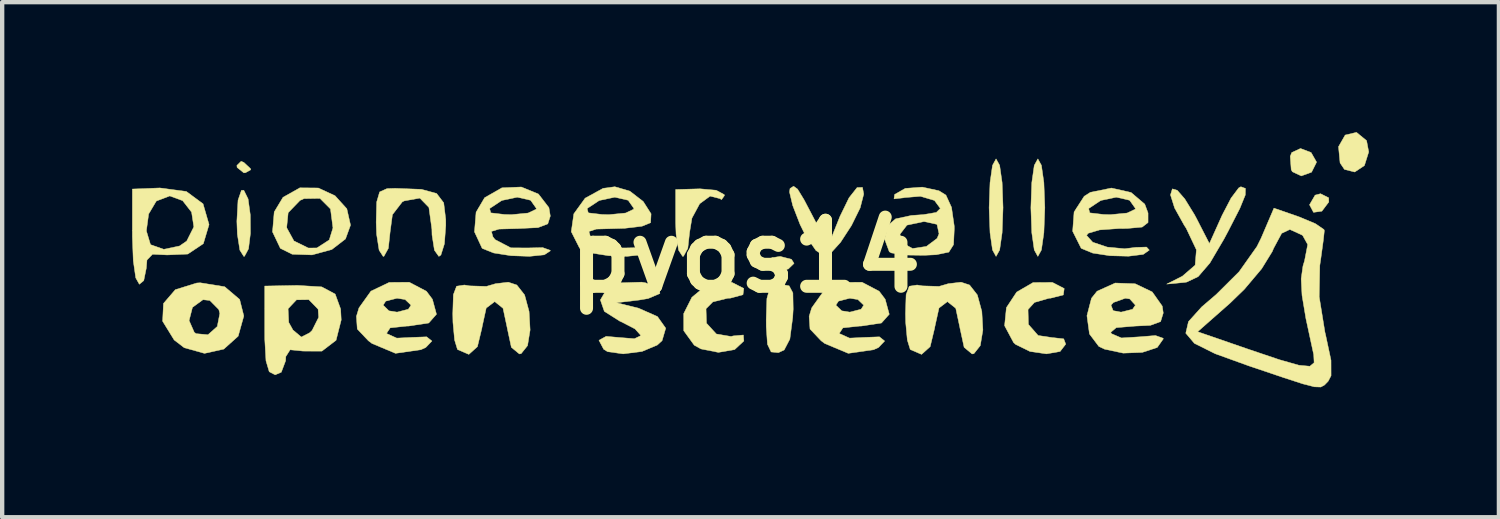
<source format=kicad_pcb>
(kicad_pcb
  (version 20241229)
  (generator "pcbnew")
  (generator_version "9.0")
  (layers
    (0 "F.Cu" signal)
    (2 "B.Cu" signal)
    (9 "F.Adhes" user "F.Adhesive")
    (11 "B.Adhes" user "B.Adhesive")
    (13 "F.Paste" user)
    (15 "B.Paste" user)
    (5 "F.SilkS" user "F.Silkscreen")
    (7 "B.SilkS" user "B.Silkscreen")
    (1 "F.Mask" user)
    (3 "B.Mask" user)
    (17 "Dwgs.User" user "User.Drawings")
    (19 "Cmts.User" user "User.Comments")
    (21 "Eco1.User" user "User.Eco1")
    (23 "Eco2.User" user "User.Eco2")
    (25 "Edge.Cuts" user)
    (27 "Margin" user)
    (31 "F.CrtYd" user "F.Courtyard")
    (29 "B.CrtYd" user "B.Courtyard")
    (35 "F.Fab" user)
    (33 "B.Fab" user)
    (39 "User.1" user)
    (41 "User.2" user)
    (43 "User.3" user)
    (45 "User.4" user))
  (footprint "pvos14"
    (layer "F.Cu")
    (at 14.152 2.868)
    (property "Reference" "pvos14" (at 0 0 0) (layer "F.SilkS") (effects (font (size 1.524 1.524) (thickness 0.3))))
    (attr through_hole)
    (fp_poly (pts (xy 13.464 -1.353) (xy 13.467 -1.256) (xy 13.307 -1.044) (xy 13.114 -1.017) (xy 13.022 -1.192) (xy 13.151 -1.414) (xy 13.276 -1.447) (xy 13.464 -1.353)) (stroke (width 0.01) (type solid)) (fill yes) (layer "F.SilkS"))
    (fp_poly (pts (xy -11.575 -2.17) (xy -11.421 -2.026) (xy -11.414 -2) (xy -11.538 -1.931) (xy -11.575 -1.929) (xy -11.729 -2.053) (xy -11.735 -2.099) (xy -11.637 -2.195) (xy -11.575 -2.17)) (stroke (width 0.01) (type solid)) (fill yes) (layer "F.SilkS"))
    (fp_poly (pts (xy 1.065 0.067) (xy 1.125 0.161) (xy 0.991 0.291) (xy 0.804 0.322) (xy 0.543 0.254) (xy 0.482 0.161) (xy 0.617 0.03) (xy 0.804 0) (xy 1.065 0.067)) (stroke (width 0.01) (type solid)) (fill yes) (layer "F.SilkS"))
    (fp_poly (pts (xy 14.339 -2.672) (xy 14.388 -2.411) (xy 14.289 -2.097) (xy 14.065 -1.948) (xy 13.828 -2.008) (xy 13.727 -2.158) (xy 13.691 -2.532) (xy 13.845 -2.801) (xy 14.106 -2.863) (xy 14.339 -2.672)) (stroke (width 0.01) (type solid)) (fill yes) (layer "F.SilkS"))
    (fp_poly (pts (xy 13.058 -2.398) (xy 13.182 -2.181) (xy 13.182 -2.17) (xy 13.069 -1.944) (xy 12.832 -1.858) (xy 12.625 -1.955) (xy 12.599 -2.005) (xy 12.577 -2.308) (xy 12.611 -2.397) (xy 12.814 -2.491) (xy 13.058 -2.398)) (stroke (width 0.01) (type solid)) (fill yes) (layer "F.SilkS"))
    (fp_poly (pts (xy -11.476 -1.327) (xy -11.425 -0.956) (xy -11.422 -0.533) (xy -11.466 -0.176) (xy -11.559 -0.003) (xy -11.575 0) (xy -11.666 -0.145) (xy -11.724 -0.515) (xy -11.735 -0.813) (xy -11.708 -1.298) (xy -11.63 -1.524) (xy -11.575 -1.527) (xy -11.476 -1.327)) (stroke (width 0.01) (type solid)) (fill yes) (layer "F.SilkS"))
    (fp_poly (pts (xy 1.011 0.679) (xy 1.098 0.843) (xy 1.105 1.216) (xy 1.094 1.405) (xy 1.028 1.908) (xy 0.897 2.159) (xy 0.764 2.221) (xy 0.596 2.205) (xy 0.511 2.028) (xy 0.483 1.62) (xy 0.482 1.459) (xy 0.498 0.973) (xy 0.567 0.729) (xy 0.722 0.648) (xy 0.813 0.643) (xy 1.011 0.679)) (stroke (width 0.01) (type solid)) (fill yes) (layer "F.SilkS"))
    (fp_poly (pts (xy 5.87 -2.102) (xy 5.927 -1.703) (xy 5.948 -1.126) (xy 5.948 -1.125) (xy 5.927 -0.548) (xy 5.87 -0.149) (xy 5.787 0) (xy 5.787 0) (xy 5.705 -0.149) (xy 5.648 -0.547) (xy 5.627 -1.124) (xy 5.627 -1.125) (xy 5.648 -1.703) (xy 5.705 -2.101) (xy 5.787 -2.251) (xy 5.787 -2.251) (xy 5.87 -2.102)) (stroke (width 0.01) (type solid)) (fill yes) (layer "F.SilkS"))
    (fp_poly (pts (xy 6.834 -2.102) (xy 6.891 -1.703) (xy 6.913 -1.126) (xy 6.913 -1.125) (xy 6.891 -0.548) (xy 6.834 -0.149) (xy 6.752 0) (xy 6.752 0) (xy 6.669 -0.149) (xy 6.612 -0.547) (xy 6.591 -1.124) (xy 6.591 -1.125) (xy 6.612 -1.703) (xy 6.669 -2.101) (xy 6.752 -2.251) (xy 6.752 -2.251) (xy 6.834 -2.102)) (stroke (width 0.01) (type solid)) (fill yes) (layer "F.SilkS"))
    (fp_poly (pts (xy -0.673 -1.527) (xy -0.487 -1.427) (xy -0.482 -1.404) (xy -0.549 -1.31) (xy -0.584 -1.334) (xy -0.813 -1.392) (xy -1.053 -1.216) (xy -1.232 -0.884) (xy -1.286 -0.557) (xy -1.327 -0.187) (xy -1.427 -0.004) (xy -1.447 0) (xy -1.54 -0.144) (xy -1.598 -0.512) (xy -1.608 -0.772) (xy -1.608 -1.544) (xy -1.045 -1.56) (xy -0.673 -1.527)) (stroke (width 0.01) (type solid)) (fill yes) (layer "F.SilkS"))
    (fp_poly (pts (xy 1.206 -1.553) (xy 1.355 -1.309) (xy 1.578 -0.884) (xy 1.911 -0.241) (xy 2.185 -0.924) (xy 2.394 -1.353) (xy 2.58 -1.589) (xy 2.704 -1.593) (xy 2.733 -1.44) (xy 2.651 -1.121) (xy 2.45 -0.713) (xy 2.196 -0.323) (xy 1.954 -0.057) (xy 1.836 0) (xy 1.63 -0.137) (xy 1.385 -0.492) (xy 1.264 -0.737) (xy 1.094 -1.176) (xy 1.02 -1.486) (xy 1.032 -1.567) (xy 1.114 -1.62) (xy 1.206 -1.553)) (stroke (width 0.01) (type solid)) (fill yes) (layer "F.SilkS"))
    (fp_poly (pts (xy -0.308 0.6) (xy -0.035 0.739) (xy -0.054 0.884) (xy -0.344 0.963) (xy -0.407 0.965) (xy -0.75 1.05) (xy -0.907 1.208) (xy -0.896 1.542) (xy -0.668 1.791) (xy -0.329 1.848) (xy -0.28 1.835) (xy -0.045 1.814) (xy -0.034 1.952) (xy -0.246 2.15) (xy -0.621 2.215) (xy -1.024 2.135) (xy -1.179 2.049) (xy -1.421 1.715) (xy -1.422 1.32) (xy -1.233 0.944) (xy -0.901 0.669) (xy -0.475 0.574) (xy -0.308 0.6)) (stroke (width 0.01) (type solid)) (fill yes) (layer "F.SilkS"))
    (fp_poly (pts (xy 7.36 0.741) (xy 7.34 0.889) (xy 7.044 0.964) (xy 7.01 0.965) (xy 6.674 1.062) (xy 6.525 1.226) (xy 6.534 1.57) (xy 6.758 1.825) (xy 7.096 1.876) (xy 7.102 1.875) (xy 7.349 1.903) (xy 7.395 2.025) (xy 7.265 2.194) (xy 6.951 2.249) (xy 6.571 2.194) (xy 6.24 2.032) (xy 6.192 1.989) (xy 5.984 1.599) (xy 6.026 1.182) (xy 6.263 0.823) (xy 6.642 0.603) (xy 7.087 0.6) (xy 7.36 0.741)) (stroke (width 0.01) (type solid)) (fill yes) (layer "F.SilkS"))
    (fp_poly (pts (xy -12.016 0.7) (xy -11.671 0.993) (xy -11.575 1.375) (xy -11.705 1.841) (xy -12.037 2.139) (xy -12.482 2.238) (xy -12.95 2.107) (xy -13.182 1.929) (xy -13.448 1.497) (xy -13.448 1.48) (xy -12.838 1.48) (xy -12.719 1.751) (xy -12.676 1.783) (xy -12.402 1.808) (xy -12.187 1.617) (xy -12.128 1.315) (xy -12.152 1.226) (xy -12.36 1.016) (xy -12.517 0.999) (xy -12.76 1.176) (xy -12.838 1.48) (xy -13.448 1.48) (xy -13.429 1.086) (xy -13.156 0.768) (xy -12.662 0.614) (xy -12.58 0.609) (xy -12.016 0.7)) (stroke (width 0.01) (type solid)) (fill yes) (layer "F.SilkS"))
    (fp_poly (pts (xy -9.856 -1.579) (xy -9.47 -1.401) (xy -9.197 -1.099) (xy -9.112 -0.722) (xy -9.228 -0.403) (xy -9.543 -0.16) (xy -10.001 -0.035) (xy -10.457 -0.05) (xy -10.731 -0.186) (xy -10.913 -0.568) (xy -10.904 -0.663) (xy -10.586 -0.663) (xy -10.418 -0.357) (xy -10.086 -0.194) (xy -9.889 -0.195) (xy -9.603 -0.38) (xy -9.517 -0.657) (xy -9.574 -1.095) (xy -9.818 -1.34) (xy -10.184 -1.334) (xy -10.278 -1.292) (xy -10.551 -1.009) (xy -10.586 -0.663) (xy -10.904 -0.663) (xy -10.873 -1.026) (xy -10.67 -1.364) (xy -10.281 -1.583) (xy -9.856 -1.579)) (stroke (width 0.01) (type solid)) (fill yes) (layer "F.SilkS"))
    (fp_poly (pts (xy -7.475 -1.548) (xy -7.125 -1.453) (xy -6.961 -1.237) (xy -6.914 -0.851) (xy -6.913 -0.72) (xy -6.945 -0.29) (xy -7.026 -0.032) (xy -7.073 0) (xy -7.175 -0.142) (xy -7.231 -0.497) (xy -7.234 -0.63) (xy -7.303 -1.131) (xy -7.512 -1.346) (xy -7.87 -1.282) (xy -7.917 -1.259) (xy -8.145 -0.963) (xy -8.199 -0.557) (xy -8.239 -0.187) (xy -8.34 -0.004) (xy -8.359 0) (xy -8.452 -0.144) (xy -8.51 -0.513) (xy -8.52 -0.787) (xy -8.508 -1.256) (xy -8.44 -1.488) (xy -8.269 -1.565) (xy -8.078 -1.571) (xy -7.475 -1.548)) (stroke (width 0.01) (type solid)) (fill yes) (layer "F.SilkS"))
    (fp_poly (pts (xy 11.543 -1.569) (xy 11.54 -1.419) (xy 11.413 -1.107) (xy 11.144 -0.582) (xy 11.048 -0.402) (xy 10.721 0.154) (xy 10.452 0.466) (xy 10.188 0.592) (xy 10.128 0.601) (xy 9.726 0.639) (xy 10.088 0.456) (xy 10.382 0.202) (xy 10.411 -0.153) (xy 10.176 -0.649) (xy 10.128 -0.723) (xy 9.908 -1.118) (xy 9.813 -1.42) (xy 9.856 -1.559) (xy 9.969 -1.526) (xy 10.142 -1.328) (xy 10.368 -0.961) (xy 10.421 -0.861) (xy 10.711 -0.296) (xy 11.006 -0.952) (xy 11.212 -1.347) (xy 11.387 -1.58) (xy 11.438 -1.608) (xy 11.543 -1.569)) (stroke (width 0.01) (type solid)) (fill yes) (layer "F.SilkS"))
    (fp_poly (pts (xy -2.305 0.609) (xy -1.988 0.722) (xy -1.971 0.856) (xy -2.243 0.972) (xy -2.452 1.007) (xy -2.974 1.069) (xy -2.462 1.196) (xy -2.028 1.388) (xy -1.837 1.657) (xy -1.921 1.944) (xy -2.031 2.045) (xy -2.385 2.194) (xy -2.819 2.249) (xy -3.178 2.199) (xy -3.269 2.143) (xy -3.378 1.936) (xy -3.212 1.845) (xy -2.894 1.873) (xy -2.559 1.899) (xy -2.412 1.829) (xy -2.411 1.824) (xy -2.546 1.673) (xy -2.871 1.505) (xy -2.894 1.496) (xy -3.254 1.268) (xy -3.345 1.005) (xy -3.206 0.766) (xy -2.876 0.609) (xy -2.394 0.594) (xy -2.305 0.609)) (stroke (width 0.01) (type solid)) (fill yes) (layer "F.SilkS"))
    (fp_poly (pts (xy -5.274 0.66) (xy -5.094 0.889) (xy -4.991 1.271) (xy -4.967 1.698) (xy -5.026 2.059) (xy -5.174 2.244) (xy -5.215 2.251) (xy -5.4 2.098) (xy -5.496 1.651) (xy -5.496 1.648) (xy -5.592 1.197) (xy -5.782 1.045) (xy -5.787 1.045) (xy -5.98 1.191) (xy -6.077 1.635) (xy -6.078 1.648) (xy -6.183 2.083) (xy -6.381 2.261) (xy -6.638 2.151) (xy -6.645 2.143) (xy -6.71 1.93) (xy -6.748 1.519) (xy -6.752 1.321) (xy -6.738 0.882) (xy -6.664 0.688) (xy -6.484 0.66) (xy -6.36 0.68) (xy -5.977 0.692) (xy -5.766 0.63) (xy -5.471 0.595) (xy -5.274 0.66)) (stroke (width 0.01) (type solid)) (fill yes) (layer "F.SilkS"))
    (fp_poly (pts (xy 5.176 0.66) (xy 5.355 0.889) (xy 5.459 1.271) (xy 5.483 1.698) (xy 5.423 2.059) (xy 5.276 2.244) (xy 5.234 2.251) (xy 5.05 2.098) (xy 4.953 1.651) (xy 4.953 1.648) (xy 4.857 1.197) (xy 4.667 1.045) (xy 4.662 1.045) (xy 4.47 1.191) (xy 4.372 1.635) (xy 4.371 1.648) (xy 4.266 2.083) (xy 4.068 2.261) (xy 3.812 2.151) (xy 3.805 2.143) (xy 3.739 1.93) (xy 3.701 1.519) (xy 3.697 1.321) (xy 3.711 0.882) (xy 3.785 0.688) (xy 3.965 0.66) (xy 4.089 0.68) (xy 4.472 0.692) (xy 4.683 0.63) (xy 4.979 0.595) (xy 5.176 0.66)) (stroke (width 0.01) (type solid)) (fill yes) (layer "F.SilkS"))
    (fp_poly (pts (xy -9.777 0.703) (xy -9.466 0.869) (xy -9.34 1.215) (xy -9.327 1.467) (xy -9.446 1.936) (xy -9.773 2.186) (xy -10.206 2.185) (xy -10.506 2.155) (xy -10.606 2.312) (xy -10.61 2.408) (xy -10.71 2.673) (xy -10.851 2.733) (xy -10.988 2.662) (xy -11.063 2.41) (xy -11.091 1.915) (xy -11.092 1.708) (xy -11.092 1.208) (xy -10.553 1.208) (xy -10.538 1.523) (xy -10.441 1.698) (xy -10.248 1.861) (xy -10.054 1.762) (xy -9.999 1.709) (xy -9.847 1.406) (xy -9.86 1.218) (xy -10.074 0.998) (xy -10.359 1.002) (xy -10.553 1.208) (xy -11.092 1.208) (xy -11.092 0.684) (xy -10.335 0.669) (xy -9.777 0.703)) (stroke (width 0.01) (type solid)) (fill yes) (layer "F.SilkS"))
    (fp_poly (pts (xy -12.902 -1.499) (xy -12.516 -1.214) (xy -12.379 -0.741) (xy -12.378 -0.732) (xy -12.509 -0.294) (xy -12.869 -0.054) (xy -13.342 -0.034) (xy -13.682 -0.05) (xy -13.81 0.083) (xy -13.825 0.269) (xy -13.884 0.558) (xy -13.986 0.643) (xy -14.069 0.495) (xy -14.126 0.098) (xy -14.147 -0.456) (xy -14.147 -0.59) (xy -13.824 -0.59) (xy -13.732 -0.283) (xy -13.718 -0.268) (xy -13.422 -0.164) (xy -13.057 -0.241) (xy -12.893 -0.354) (xy -12.728 -0.682) (xy -12.78 -1.021) (xy -12.987 -1.287) (xy -13.284 -1.396) (xy -13.594 -1.278) (xy -13.771 -0.98) (xy -13.824 -0.59) (xy -14.147 -0.59) (xy -14.147 -1.555) (xy -13.514 -1.58) (xy -12.902 -1.499)) (stroke (width 0.01) (type solid)) (fill yes) (layer "F.SilkS"))
    (fp_poly (pts (xy -7.36 0.804) (xy -7.222 0.988) (xy -7.128 1.335) (xy -7.307 1.537) (xy -7.773 1.607) (xy -7.816 1.608) (xy -8.197 1.649) (xy -8.277 1.77) (xy -8.269 1.785) (xy -8.044 1.886) (xy -7.697 1.869) (xy -7.355 1.856) (xy -7.233 1.953) (xy -7.376 2.102) (xy -7.488 2.153) (xy -8.074 2.237) (xy -8.617 2.009) (xy -8.7 1.946) (xy -8.956 1.676) (xy -8.976 1.384) (xy -8.917 1.189) (xy -8.872 1.125) (xy -8.359 1.125) (xy -8.225 1.256) (xy -8.038 1.286) (xy -7.777 1.219) (xy -7.716 1.125) (xy -7.851 0.995) (xy -8.038 0.965) (xy -8.299 1.032) (xy -8.359 1.125) (xy -8.872 1.125) (xy -8.641 0.802) (xy -8.219 0.6) (xy -7.757 0.596) (xy -7.36 0.804)) (stroke (width 0.01) (type solid)) (fill yes) (layer "F.SilkS"))
    (fp_poly (pts (xy 3.089 0.804) (xy 3.228 0.988) (xy 3.322 1.335) (xy 3.142 1.537) (xy 2.676 1.607) (xy 2.634 1.608) (xy 2.252 1.649) (xy 2.172 1.77) (xy 2.18 1.785) (xy 2.406 1.886) (xy 2.752 1.869) (xy 3.095 1.856) (xy 3.216 1.953) (xy 3.074 2.102) (xy 2.961 2.153) (xy 2.376 2.237) (xy 1.832 2.009) (xy 1.749 1.946) (xy 1.493 1.676) (xy 1.473 1.384) (xy 1.532 1.189) (xy 1.577 1.125) (xy 2.09 1.125) (xy 2.225 1.256) (xy 2.411 1.286) (xy 2.673 1.219) (xy 2.733 1.125) (xy 2.598 0.995) (xy 2.411 0.965) (xy 2.15 1.032) (xy 2.09 1.125) (xy 1.577 1.125) (xy 1.808 0.802) (xy 2.23 0.6) (xy 2.693 0.596) (xy 3.089 0.804)) (stroke (width 0.01) (type solid)) (fill yes) (layer "F.SilkS"))
    (fp_poly (pts (xy 8.997 0.631) (xy 9.392 0.82) (xy 9.623 1.147) (xy 9.646 1.306) (xy 9.585 1.504) (xy 9.349 1.591) (xy 8.993 1.608) (xy 8.561 1.644) (xy 8.435 1.751) (xy 8.449 1.783) (xy 8.681 1.882) (xy 9.101 1.856) (xy 9.466 1.826) (xy 9.642 1.888) (xy 9.646 1.905) (xy 9.507 2.102) (xy 9.163 2.215) (xy 8.722 2.232) (xy 8.293 2.141) (xy 8.159 2.077) (xy 7.943 1.79) (xy 7.885 1.369) (xy 7.948 1.125) (xy 8.44 1.125) (xy 8.489 1.252) (xy 8.672 1.286) (xy 8.938 1.22) (xy 9.003 1.125) (xy 8.873 0.981) (xy 8.771 0.965) (xy 8.497 1.063) (xy 8.44 1.125) (xy 7.948 1.125) (xy 7.99 0.965) (xy 8.119 0.803) (xy 8.538 0.614) (xy 8.997 0.631)) (stroke (width 0.01) (type solid)) (fill yes) (layer "F.SilkS"))
    (fp_poly (pts (xy -4.775 -1.44) (xy -4.533 -1.126) (xy -4.501 -0.932) (xy -4.559 -0.751) (xy -4.785 -0.665) (xy -5.244 -0.643) (xy -5.684 -0.631) (xy -5.86 -0.577) (xy -5.826 -0.453) (xy -5.776 -0.388) (xy -5.412 -0.198) (xy -5.033 -0.195) (xy -4.675 -0.203) (xy -4.504 -0.141) (xy -4.501 -0.128) (xy -4.64 -0.037) (xy -4.98 -0.002) (xy -5.407 -0.017) (xy -5.807 -0.079) (xy -6.065 -0.182) (xy -6.077 -0.193) (xy -6.251 -0.567) (xy -6.214 -1.02) (xy -6.164 -1.105) (xy -5.902 -1.105) (xy -5.874 -1.005) (xy -5.543 -0.966) (xy -5.385 -0.965) (xy -5.013 -1.001) (xy -4.828 -1.089) (xy -4.823 -1.108) (xy -4.955 -1.296) (xy -5.263 -1.367) (xy -5.612 -1.293) (xy -5.638 -1.28) (xy -5.902 -1.105) (xy -6.164 -1.105) (xy -6.017 -1.355) (xy -5.618 -1.583) (xy -5.17 -1.602) (xy -4.775 -1.44)) (stroke (width 0.01) (type solid)) (fill yes) (layer "F.SilkS"))
    (fp_poly (pts (xy 4.468 -1.516) (xy 4.63 -1.415) (xy 4.759 -1.133) (xy 4.822 -0.699) (xy 4.823 -0.637) (xy 4.806 -0.272) (xy 4.697 -0.099) (xy 4.406 -0.039) (xy 4.126 -0.026) (xy 3.676 -0.032) (xy 3.373 -0.08) (xy 3.323 -0.107) (xy 3.214 -0.4) (xy 3.244 -0.512) (xy 3.569 -0.512) (xy 3.623 -0.312) (xy 3.859 -0.183) (xy 4.178 -0.23) (xy 4.426 -0.415) (xy 4.471 -0.522) (xy 4.424 -0.74) (xy 4.13 -0.804) (xy 4.121 -0.804) (xy 3.731 -0.722) (xy 3.569 -0.512) (xy 3.244 -0.512) (xy 3.301 -0.721) (xy 3.469 -0.867) (xy 3.833 -0.945) (xy 4.113 -0.965) (xy 4.408 -1.015) (xy 4.501 -1.108) (xy 4.365 -1.292) (xy 4.042 -1.388) (xy 3.667 -1.357) (xy 3.655 -1.353) (xy 3.432 -1.328) (xy 3.446 -1.43) (xy 3.692 -1.57) (xy 4.085 -1.599) (xy 4.468 -1.516)) (stroke (width 0.01) (type solid)) (fill yes) (layer "F.SilkS"))
    (fp_poly (pts (xy -2.666 -1.507) (xy -2.357 -1.268) (xy -2.175 -0.983) (xy -2.186 -0.778) (xy -2.384 -0.697) (xy -2.786 -0.649) (xy -3.003 -0.643) (xy -3.439 -0.631) (xy -3.61 -0.575) (xy -3.573 -0.45) (xy -3.525 -0.388) (xy -3.162 -0.198) (xy -2.782 -0.195) (xy -2.424 -0.203) (xy -2.253 -0.141) (xy -2.251 -0.128) (xy -2.389 -0.037) (xy -2.73 -0.002) (xy -3.157 -0.017) (xy -3.556 -0.079) (xy -3.814 -0.182) (xy -3.826 -0.193) (xy -4.017 -0.571) (xy -3.958 -0.983) (xy -3.87 -1.105) (xy -3.652 -1.105) (xy -3.624 -1.005) (xy -3.292 -0.966) (xy -3.135 -0.965) (xy -2.763 -1.001) (xy -2.577 -1.089) (xy -2.572 -1.108) (xy -2.704 -1.296) (xy -3.012 -1.367) (xy -3.361 -1.293) (xy -3.388 -1.28) (xy -3.652 -1.105) (xy -3.87 -1.105) (xy -3.697 -1.344) (xy -3.283 -1.571) (xy -3.011 -1.608) (xy -2.666 -1.507)) (stroke (width 0.01) (type solid)) (fill yes) (layer "F.SilkS"))
    (fp_poly (pts (xy 8.904 -1.475) (xy 9.219 -1.207) (xy 9.295 -1.002) (xy 9.295 -0.782) (xy 9.159 -0.677) (xy 8.809 -0.645) (xy 8.612 -0.643) (xy 8.177 -0.612) (xy 7.913 -0.534) (xy 7.877 -0.485) (xy 8.017 -0.328) (xy 8.352 -0.215) (xy 8.757 -0.177) (xy 9.005 -0.208) (xy 9.26 -0.216) (xy 9.324 -0.146) (xy 9.185 -0.047) (xy 8.845 -0.005) (xy 8.417 -0.016) (xy 8.017 -0.077) (xy 7.758 -0.184) (xy 7.749 -0.193) (xy 7.555 -0.581) (xy 7.588 -1.025) (xy 7.639 -1.105) (xy 7.923 -1.105) (xy 7.951 -1.005) (xy 8.283 -0.966) (xy 8.44 -0.965) (xy 8.812 -1.001) (xy 8.998 -1.089) (xy 9.003 -1.108) (xy 8.87 -1.296) (xy 8.563 -1.367) (xy 8.213 -1.293) (xy 8.187 -1.28) (xy 7.923 -1.105) (xy 7.639 -1.105) (xy 7.822 -1.389) (xy 7.964 -1.479) (xy 8.451 -1.578) (xy 8.904 -1.475)) (stroke (width 0.01) (type solid)) (fill yes) (layer "F.SilkS"))
    (fp_poly (pts (xy 12.784 -0.912) (xy 13.157 -0.756) (xy 13.355 -0.62) (xy 13.364 -0.595) (xy 13.341 -0.377) (xy 13.285 0.033) (xy 13.259 0.21) (xy 13.245 0.932) (xy 13.378 1.751) (xy 13.391 1.803) (xy 13.518 2.399) (xy 13.519 2.753) (xy 13.453 2.88) (xy 13.368 2.968) (xy 13.282 3.015) (xy 13.136 3.01) (xy 12.87 2.942) (xy 12.427 2.798) (xy 11.746 2.568) (xy 11.615 2.524) (xy 10.843 2.245) (xy 10.365 2.007) (xy 10.166 1.772) (xy 10.174 1.738) (xy 10.439 1.738) (xy 11.609 2.142) (xy 12.32 2.382) (xy 12.777 2.512) (xy 13.03 2.535) (xy 13.128 2.453) (xy 13.119 2.268) (xy 13.106 2.21) (xy 12.939 1.437) (xy 12.849 0.898) (xy 12.829 0.518) (xy 12.871 0.221) (xy 12.907 0.102) (xy 12.98 -0.274) (xy 12.865 -0.482) (xy 12.84 -0.498) (xy 12.568 -0.622) (xy 12.379 -0.533) (xy 12.192 -0.185) (xy 12.162 -0.113) (xy 11.917 0.285) (xy 11.519 0.757) (xy 11.189 1.077) (xy 10.439 1.738) (xy 10.174 1.738) (xy 10.228 1.505) (xy 10.533 1.166) (xy 10.867 0.88) (xy 11.397 0.353) (xy 11.809 -0.229) (xy 11.904 -0.42) (xy 12.201 -1.114) (xy 12.784 -0.912)) (stroke (width 0.01) (type solid)) (fill yes) (layer "F.SilkS")))
  (gr_rect
    (start -3 -3)
    (end 31.545 8.888)
    (stroke (width 0.1) (type default))
    (fill no)
    (layer "Edge.Cuts")))
</source>
